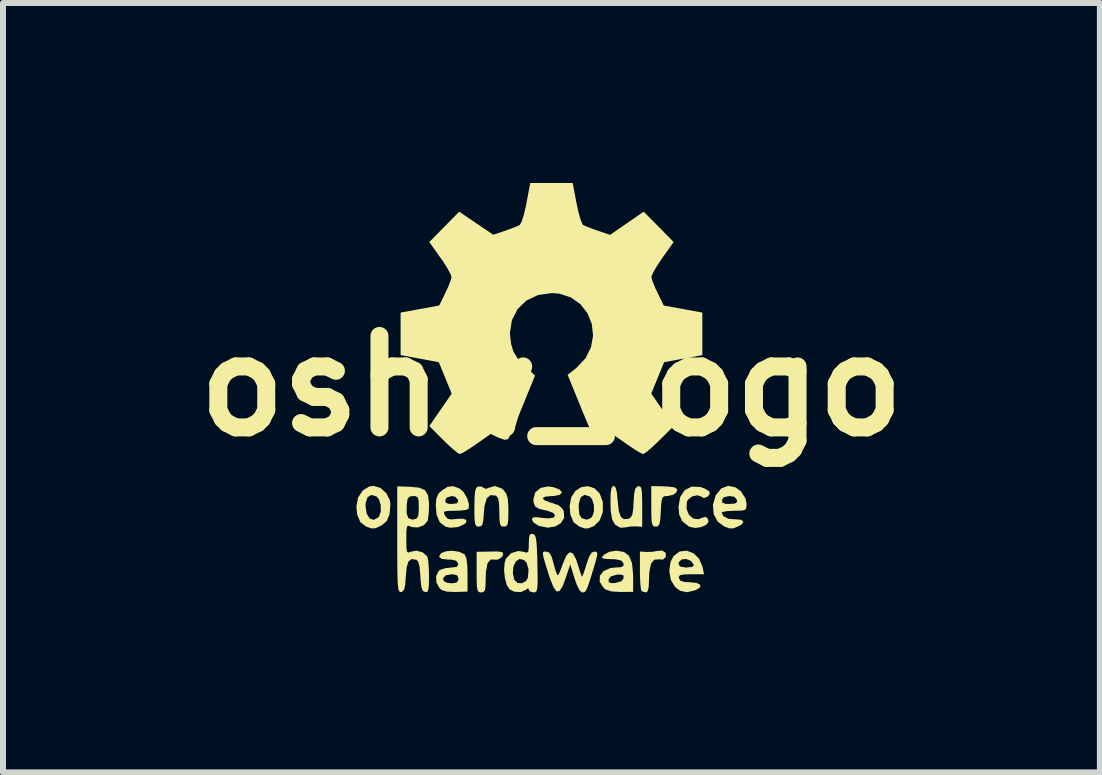
<source format=kicad_pcb>
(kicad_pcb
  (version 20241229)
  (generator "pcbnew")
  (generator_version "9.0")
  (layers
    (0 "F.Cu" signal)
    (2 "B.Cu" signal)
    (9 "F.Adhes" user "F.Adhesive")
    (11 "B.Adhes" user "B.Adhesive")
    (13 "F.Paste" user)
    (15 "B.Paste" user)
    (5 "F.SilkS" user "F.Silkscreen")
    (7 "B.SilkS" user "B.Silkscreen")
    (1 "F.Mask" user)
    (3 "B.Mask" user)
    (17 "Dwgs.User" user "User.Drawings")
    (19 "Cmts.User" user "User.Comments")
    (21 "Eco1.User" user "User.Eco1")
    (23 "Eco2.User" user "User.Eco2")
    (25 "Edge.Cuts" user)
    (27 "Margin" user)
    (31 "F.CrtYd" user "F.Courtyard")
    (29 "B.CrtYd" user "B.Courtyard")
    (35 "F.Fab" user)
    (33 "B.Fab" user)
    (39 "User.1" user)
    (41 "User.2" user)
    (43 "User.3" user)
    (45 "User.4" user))
  (footprint "oshw_logo"
    (layer "F.Cu")
    (at 6.14 3.383)
    (property "Reference" "oshw_logo" (at 0 0 0) (layer "F.SilkS") (effects (font (size 1.524 1.524) (thickness 0.3))))
    (attr board_only exclude_from_pos_files exclude_from_bom)
    (fp_poly (pts (xy 1.904 2.78) (xy 1.906 2.847) (xy 1.859 2.892) (xy 1.795 2.888) (xy 1.713 2.894) (xy 1.659 2.961) (xy 1.631 3.095) (xy 1.625 3.229) (xy 1.619 3.361) (xy 1.598 3.427) (xy 1.575 3.44) (xy 1.511 3.423) (xy 1.499 3.414) (xy 1.488 3.367) (xy 1.479 3.264) (xy 1.474 3.124) (xy 1.474 3.074) (xy 1.474 2.758) (xy 1.578 2.765) (xy 1.686 2.762) (xy 1.758 2.748) (xy 1.847 2.742)) (stroke (width 0) (type solid)) (fill yes) (layer "F.SilkS"))
    (fp_poly (pts (xy -0.815 2.769) (xy -0.805 2.812) (xy -0.832 2.855) (xy -0.896 2.894) (xy -0.937 2.893) (xy -1.015 2.891) (xy -1.066 2.956) (xy -1.092 3.091) (xy -1.096 3.199) (xy -1.099 3.33) (xy -1.109 3.403) (xy -1.134 3.434) (xy -1.172 3.44) (xy -1.208 3.434) (xy -1.23 3.407) (xy -1.242 3.345) (xy -1.247 3.233) (xy -1.247 3.101) (xy -1.247 2.762) (xy -1.106 2.76) (xy -0.991 2.758) (xy -0.901 2.757) (xy -0.893 2.757)) (stroke (width 0) (type solid)) (fill yes) (layer "F.SilkS"))
    (fp_poly (pts (xy 1.824 1.67) (xy 1.941 1.675) (xy 2.034 1.686) (xy 2.051 1.689) (xy 2.096 1.721) (xy 2.085 1.767) (xy 2.032 1.81) (xy 1.95 1.831) (xy 1.941 1.832) (xy 1.884 1.836) (xy 1.851 1.857) (xy 1.834 1.913) (xy 1.825 2.019) (xy 1.822 2.088) (xy 1.813 2.225) (xy 1.799 2.302) (xy 1.774 2.336) (xy 1.737 2.343) (xy 1.702 2.337) (xy 1.68 2.309) (xy 1.668 2.245) (xy 1.664 2.13) (xy 1.663 2.005) (xy 1.663 1.667)) (stroke (width 0) (type solid)) (fill yes) (layer "F.SilkS"))
    (fp_poly (pts (xy 2.479 1.682) (xy 2.55 1.707) (xy 2.629 1.754) (xy 2.638 1.8) (xy 2.596 1.847) (xy 2.537 1.868) (xy 2.504 1.846) (xy 2.432 1.82) (xy 2.344 1.84) (xy 2.274 1.895) (xy 2.256 1.931) (xy 2.251 2.049) (xy 2.292 2.147) (xy 2.363 2.209) (xy 2.45 2.219) (xy 2.496 2.2) (xy 2.563 2.178) (xy 2.605 2.208) (xy 2.618 2.264) (xy 2.575 2.315) (xy 2.495 2.351) (xy 2.399 2.365) (xy 2.307 2.348) (xy 2.287 2.339) (xy 2.181 2.255) (xy 2.128 2.141) (xy 2.117 2.013) (xy 2.145 1.85) (xy 2.221 1.735) (xy 2.336 1.676)) (stroke (width 0) (type solid)) (fill yes) (layer "F.SilkS"))
    (fp_poly (pts (xy 1.068 1.689) (xy 1.09 1.773) (xy 1.103 1.909) (xy 1.121 2.076) (xy 1.154 2.177) (xy 1.206 2.219) (xy 1.28 2.213) (xy 1.322 2.189) (xy 1.348 2.139) (xy 1.362 2.045) (xy 1.368 1.936) (xy 1.378 1.795) (xy 1.395 1.715) (xy 1.425 1.678) (xy 1.446 1.67) (xy 1.477 1.672) (xy 1.497 1.7) (xy 1.507 1.767) (xy 1.511 1.889) (xy 1.512 2.001) (xy 1.512 2.345) (xy 1.408 2.339) (xy 1.309 2.342) (xy 1.247 2.354) (xy 1.161 2.361) (xy 1.134 2.355) (xy 1.058 2.308) (xy 1.011 2.223) (xy 0.988 2.088) (xy 0.983 1.939) (xy 0.986 1.789) (xy 0.999 1.702) (xy 1.023 1.666) (xy 1.035 1.663)) (stroke (width 0) (type solid)) (fill yes) (layer "F.SilkS"))
    (fp_poly (pts (xy -2.851 1.697) (xy -2.753 1.785) (xy -2.693 1.904) (xy -2.684 1.973) (xy -2.699 2.139) (xy -2.745 2.25) (xy -2.831 2.322) (xy -2.838 2.326) (xy -2.928 2.368) (xy -2.993 2.374) (xy -3.075 2.348) (xy -3.087 2.343) (xy -3.186 2.268) (xy -3.239 2.138) (xy -3.251 2.004) (xy -3.249 1.995) (xy -3.099 1.995) (xy -3.081 2.123) (xy -3.032 2.205) (xy -2.965 2.231) (xy -2.89 2.193) (xy -2.875 2.176) (xy -2.844 2.092) (xy -2.846 1.983) (xy -2.877 1.885) (xy -2.915 1.84) (xy -3.004 1.814) (xy -3.067 1.855) (xy -3.098 1.957) (xy -3.099 1.995) (xy -3.249 1.995) (xy -3.222 1.857) (xy -3.145 1.741) (xy -3.036 1.674) (xy -2.967 1.663)) (stroke (width 0) (type solid)) (fill yes) (layer "F.SilkS"))
    (fp_poly (pts (xy 0.716 1.704) (xy 0.803 1.79) (xy 0.855 1.929) (xy 0.856 1.937) (xy 0.856 2.099) (xy 0.805 2.237) (xy 0.713 2.329) (xy 0.695 2.339) (xy 0.611 2.372) (xy 0.549 2.372) (xy 0.465 2.343) (xy 0.367 2.268) (xy 0.314 2.138) (xy 0.304 2.018) (xy 0.454 2.018) (xy 0.464 2.139) (xy 0.503 2.203) (xy 0.582 2.226) (xy 0.591 2.227) (xy 0.649 2.204) (xy 0.678 2.176) (xy 0.709 2.092) (xy 0.707 1.983) (xy 0.676 1.885) (xy 0.638 1.84) (xy 0.55 1.813) (xy 0.488 1.853) (xy 0.456 1.958) (xy 0.454 2.018) (xy 0.304 2.018) (xy 0.302 2.004) (xy 0.329 1.853) (xy 0.4 1.746) (xy 0.499 1.684) (xy 0.609 1.669)) (stroke (width 0) (type solid)) (fill yes) (layer "F.SilkS"))
    (fp_poly (pts (xy 0.031 1.685) (xy 0.139 1.727) (xy 0.174 1.774) (xy 0.139 1.813) (xy 0.036 1.833) (xy 0.01 1.833) (xy -0.104 1.843) (xy -0.147 1.87) (xy -0.116 1.905) (xy -0.014 1.943) (xy 0.007 1.948) (xy 0.122 1.988) (xy 0.186 2.047) (xy 0.206 2.091) (xy 0.211 2.198) (xy 0.158 2.284) (xy 0.061 2.341) (xy -0.064 2.36) (xy -0.202 2.332) (xy -0.221 2.324) (xy -0.299 2.274) (xy -0.328 2.222) (xy -0.306 2.188) (xy -0.242 2.186) (xy -0.151 2.198) (xy -0.057 2.205) (xy 0.032 2.194) (xy 0.06 2.159) (xy 0.03 2.115) (xy -0.057 2.081) (xy -0.077 2.077) (xy -0.205 2.048) (xy -0.274 2.004) (xy -0.3 1.932) (xy -0.302 1.889) (xy -0.271 1.773) (xy -0.184 1.699) (xy -0.058 1.673)) (stroke (width 0) (type solid)) (fill yes) (layer "F.SilkS"))
    (fp_poly (pts (xy -0.832 1.706) (xy -0.794 1.739) (xy -0.752 1.796) (xy -0.728 1.877) (xy -0.719 2.002) (xy -0.718 2.079) (xy -0.72 2.218) (xy -0.729 2.298) (xy -0.75 2.334) (xy -0.788 2.343) (xy -0.794 2.343) (xy -0.835 2.336) (xy -0.857 2.302) (xy -0.867 2.225) (xy -0.869 2.097) (xy -0.874 1.955) (xy -0.889 1.872) (xy -0.919 1.832) (xy -0.931 1.826) (xy -1.019 1.818) (xy -1.081 1.876) (xy -1.116 2.002) (xy -1.126 2.111) (xy -1.136 2.24) (xy -1.152 2.311) (xy -1.181 2.339) (xy -1.211 2.343) (xy -1.247 2.337) (xy -1.269 2.308) (xy -1.28 2.242) (xy -1.285 2.124) (xy -1.285 2.021) (xy -1.282 1.857) (xy -1.273 1.755) (xy -1.254 1.699) (xy -1.225 1.675) (xy -1.16 1.676) (xy -1.139 1.693) (xy -1.09 1.714) (xy -1.057 1.699) (xy -0.943 1.666)) (stroke (width 0) (type solid)) (fill yes) (layer "F.SilkS"))
    (fp_poly (pts (xy 1.208 2.765) (xy 1.293 2.831) (xy 1.342 2.952) (xy 1.36 3.135) (xy 1.361 3.174) (xy 1.361 3.43) (xy 1.15 3.432) (xy 1.006 3.424) (xy 0.913 3.396) (xy 0.866 3.361) (xy 0.803 3.26) (xy 0.805 3.225) (xy 0.951 3.225) (xy 0.955 3.271) (xy 1.003 3.285) (xy 1.064 3.282) (xy 1.166 3.253) (xy 1.203 3.201) (xy 1.199 3.155) (xy 1.152 3.141) (xy 1.09 3.144) (xy 0.988 3.172) (xy 0.951 3.225) (xy 0.805 3.225) (xy 0.807 3.162) (xy 0.87 3.082) (xy 0.983 3.033) (xy 1.074 3.024) (xy 1.167 3.017) (xy 1.202 2.991) (xy 1.202 2.958) (xy 1.163 2.907) (xy 1.064 2.887) (xy 1.057 2.887) (xy 0.925 2.882) (xy 0.857 2.874) (xy 0.839 2.858) (xy 0.859 2.829) (xy 0.88 2.808) (xy 0.965 2.762) (xy 1.082 2.744)) (stroke (width 0) (type solid)) (fill yes) (layer "F.SilkS"))
    (fp_poly (pts (xy 2.366 2.786) (xy 2.459 2.876) (xy 2.516 3.009) (xy 2.517 3.014) (xy 2.542 3.137) (xy 2.327 3.137) (xy 2.204 3.14) (xy 2.141 3.153) (xy 2.122 3.181) (xy 2.124 3.203) (xy 2.152 3.247) (xy 2.225 3.267) (xy 2.303 3.269) (xy 2.42 3.282) (xy 2.48 3.313) (xy 2.477 3.355) (xy 2.406 3.4) (xy 2.401 3.402) (xy 2.258 3.436) (xy 2.145 3.413) (xy 2.058 3.347) (xy 1.988 3.229) (xy 1.963 3.08) (xy 1.979 2.966) (xy 2.117 2.966) (xy 2.143 3.008) (xy 2.23 3.023) (xy 2.252 3.024) (xy 2.347 3.013) (xy 2.374 2.982) (xy 2.373 2.979) (xy 2.323 2.913) (xy 2.248 2.883) (xy 2.173 2.888) (xy 2.124 2.932) (xy 2.117 2.966) (xy 1.979 2.966) (xy 1.984 2.931) (xy 2.035 2.833) (xy 2.136 2.757) (xy 2.252 2.744)) (stroke (width 0) (type solid)) (fill yes) (layer "F.SilkS"))
    (fp_poly (pts (xy -1.536 2.763) (xy -1.446 2.807) (xy -1.418 2.87) (xy -1.402 3.001) (xy -1.399 3.135) (xy -1.399 3.426) (xy -1.602 3.432) (xy -1.741 3.427) (xy -1.828 3.4) (xy -1.866 3.369) (xy -1.918 3.272) (xy -1.921 3.2) (xy -1.806 3.2) (xy -1.795 3.251) (xy -1.744 3.278) (xy -1.661 3.288) (xy -1.579 3.276) (xy -1.551 3.23) (xy -1.55 3.213) (xy -1.568 3.157) (xy -1.635 3.138) (xy -1.661 3.137) (xy -1.761 3.154) (xy -1.806 3.2) (xy -1.921 3.2) (xy -1.922 3.167) (xy -1.881 3.083) (xy -1.855 3.063) (xy -1.763 3.034) (xy -1.663 3.024) (xy -1.58 3.014) (xy -1.555 2.98) (xy -1.557 2.958) (xy -1.588 2.912) (xy -1.668 2.893) (xy -1.721 2.892) (xy -1.827 2.881) (xy -1.869 2.849) (xy -1.871 2.837) (xy -1.838 2.784) (xy -1.756 2.753) (xy -1.648 2.745)) (stroke (width 0) (type solid)) (fill yes) (layer "F.SilkS"))
    (fp_poly (pts (xy 3.068 1.689) (xy 3.158 1.756) (xy 3.234 1.875) (xy 3.251 1.964) (xy 3.247 2.03) (xy 3.225 2.064) (xy 3.165 2.077) (xy 3.048 2.079) (xy 3.043 2.079) (xy 2.929 2.084) (xy 2.853 2.098) (xy 2.835 2.112) (xy 2.868 2.174) (xy 2.954 2.213) (xy 3.062 2.221) (xy 3.161 2.228) (xy 3.199 2.26) (xy 3.17 2.307) (xy 3.118 2.337) (xy 3.032 2.371) (xy 2.97 2.373) (xy 2.886 2.344) (xy 2.77 2.26) (xy 2.703 2.133) (xy 2.69 1.981) (xy 2.714 1.899) (xy 2.842 1.899) (xy 2.848 1.944) (xy 2.901 1.963) (xy 2.967 1.965) (xy 3.059 1.958) (xy 3.093 1.931) (xy 3.092 1.899) (xy 3.05 1.847) (xy 2.967 1.833) (xy 2.874 1.852) (xy 2.842 1.899) (xy 2.714 1.899) (xy 2.736 1.823) (xy 2.739 1.817) (xy 2.83 1.706) (xy 2.944 1.663)) (stroke (width 0) (type solid)) (fill yes) (layer "F.SilkS"))
    (fp_poly (pts (xy -1.533 1.707) (xy -1.465 1.766) (xy -1.409 1.861) (xy -1.376 1.963) (xy -1.38 2.042) (xy -1.383 2.047) (xy -1.429 2.065) (xy -1.526 2.076) (xy -1.61 2.079) (xy -1.727 2.081) (xy -1.784 2.091) (xy -1.793 2.116) (xy -1.774 2.159) (xy -1.733 2.21) (xy -1.67 2.224) (xy -1.586 2.215) (xy -1.477 2.21) (xy -1.419 2.231) (xy -1.422 2.273) (xy -1.446 2.298) (xy -1.556 2.35) (xy -1.687 2.361) (xy -1.765 2.344) (xy -1.86 2.272) (xy -1.913 2.149) (xy -1.928 1.99) (xy -1.921 1.899) (xy -1.769 1.899) (xy -1.762 1.946) (xy -1.702 1.964) (xy -1.663 1.965) (xy -1.58 1.956) (xy -1.555 1.921) (xy -1.557 1.899) (xy -1.602 1.845) (xy -1.663 1.833) (xy -1.745 1.858) (xy -1.769 1.899) (xy -1.921 1.899) (xy -1.918 1.87) (xy -1.881 1.791) (xy -1.828 1.741) (xy -1.729 1.678) (xy -1.64 1.669)) (stroke (width 0) (type solid)) (fill yes) (layer "F.SilkS"))
    (fp_poly (pts (xy -0.312 2.464) (xy -0.284 2.477) (xy -0.265 2.513) (xy -0.252 2.583) (xy -0.243 2.699) (xy -0.237 2.875) (xy -0.235 2.958) (xy -0.231 3.156) (xy -0.231 3.291) (xy -0.237 3.374) (xy -0.25 3.419) (xy -0.272 3.437) (xy -0.301 3.44) (xy -0.363 3.421) (xy -0.378 3.394) (xy -0.389 3.368) (xy -0.423 3.394) (xy -0.512 3.435) (xy -0.623 3.426) (xy -0.697 3.389) (xy -0.745 3.316) (xy -0.777 3.197) (xy -0.784 3.123) (xy -0.643 3.123) (xy -0.62 3.229) (xy -0.567 3.282) (xy -0.491 3.287) (xy -0.422 3.248) (xy -0.394 3.198) (xy -0.382 3.057) (xy -0.414 2.945) (xy -0.46 2.898) (xy -0.535 2.882) (xy -0.596 2.926) (xy -0.635 3.012) (xy -0.643 3.123) (xy -0.784 3.123) (xy -0.79 3.061) (xy -0.779 2.937) (xy -0.758 2.876) (xy -0.671 2.784) (xy -0.552 2.749) (xy -0.463 2.763) (xy -0.411 2.777) (xy -0.386 2.756) (xy -0.378 2.684) (xy -0.378 2.623) (xy -0.373 2.517) (xy -0.355 2.47) (xy -0.315 2.463)) (stroke (width 0) (type solid)) (fill yes) (layer "F.SilkS"))
    (fp_poly (pts (xy 0.749 2.763) (xy 0.764 2.785) (xy 0.758 2.839) (xy 0.732 2.939) (xy 0.692 3.071) (xy 0.641 3.237) (xy 0.605 3.344) (xy 0.578 3.404) (xy 0.554 3.432) (xy 0.526 3.439) (xy 0.509 3.44) (xy 0.468 3.405) (xy 0.42 3.308) (xy 0.385 3.206) (xy 0.313 2.973) (xy 0.238 3.197) (xy 0.183 3.342) (xy 0.132 3.417) (xy 0.084 3.422) (xy 0.034 3.353) (xy -0.023 3.212) (xy -0.052 3.124) (xy -0.103 2.959) (xy -0.133 2.853) (xy -0.144 2.793) (xy -0.136 2.766) (xy -0.111 2.759) (xy -0.082 2.759) (xy -0.035 2.779) (xy 0.003 2.846) (xy 0.038 2.967) (xy 0.068 3.076) (xy 0.095 3.142) (xy 0.11 3.154) (xy 0.134 3.108) (xy 0.171 3.015) (xy 0.192 2.955) (xy 0.249 2.824) (xy 0.304 2.769) (xy 0.357 2.789) (xy 0.409 2.885) (xy 0.436 2.965) (xy 0.471 3.078) (xy 0.498 3.154) (xy 0.51 3.175) (xy 0.527 3.142) (xy 0.557 3.056) (xy 0.584 2.967) (xy 0.628 2.841) (xy 0.67 2.776) (xy 0.716 2.759)) (stroke (width 0) (type solid)) (fill yes) (layer "F.SilkS"))
    (fp_poly (pts (xy -2.367 1.678) (xy -2.208 1.693) (xy -2.109 1.735) (xy -2.058 1.817) (xy -2.041 1.952) (xy -2.041 1.986) (xy -2.045 2.112) (xy -2.057 2.214) (xy -2.065 2.249) (xy -2.128 2.32) (xy -2.227 2.357) (xy -2.329 2.35) (xy -2.346 2.342) (xy -2.385 2.326) (xy -2.407 2.342) (xy -2.417 2.402) (xy -2.419 2.52) (xy -2.419 2.551) (xy -2.418 2.683) (xy -2.41 2.753) (xy -2.39 2.776) (xy -2.355 2.765) (xy -2.346 2.761) (xy -2.248 2.743) (xy -2.145 2.773) (xy -2.072 2.839) (xy -2.065 2.854) (xy -2.053 2.922) (xy -2.044 3.04) (xy -2.041 3.181) (xy -2.043 3.32) (xy -2.053 3.398) (xy -2.073 3.431) (xy -2.107 3.433) (xy -2.144 3.411) (xy -2.167 3.355) (xy -2.18 3.247) (xy -2.184 3.169) (xy -2.198 3.014) (xy -2.222 2.925) (xy -2.251 2.896) (xy -2.33 2.883) (xy -2.382 2.921) (xy -2.413 3.018) (xy -2.427 3.169) (xy -2.437 3.308) (xy -2.454 3.389) (xy -2.483 3.425) (xy -2.504 3.433) (xy -2.525 3.432) (xy -2.541 3.415) (xy -2.553 3.374) (xy -2.561 3.299) (xy -2.566 3.181) (xy -2.569 3.012) (xy -2.57 2.784) (xy -2.57 2.558) (xy -2.57 2.12) (xy -2.414 2.12) (xy -2.387 2.199) (xy -2.327 2.225) (xy -2.296 2.223) (xy -2.245 2.207) (xy -2.22 2.164) (xy -2.212 2.074) (xy -2.211 2.022) (xy -2.214 1.91) (xy -2.23 1.854) (xy -2.268 1.835) (xy -2.306 1.833) (xy -2.369 1.843) (xy -2.399 1.888) (xy -2.412 1.979) (xy -2.414 2.12) (xy -2.57 2.12) (xy -2.57 1.672)) (stroke (width 0) (type solid)) (fill yes) (layer "F.SilkS"))
    (fp_poly (pts (xy 0.417 -3.049) (xy 0.45 -2.897) (xy 0.485 -2.773) (xy 0.516 -2.698) (xy 0.527 -2.685) (xy 0.588 -2.657) (xy 0.693 -2.616) (xy 0.776 -2.587) (xy 0.977 -2.519) (xy 1.537 -2.906) (xy 1.787 -2.653) (xy 2.036 -2.4) (xy 1.85 -2.138) (xy 1.764 -2.011) (xy 1.7 -1.902) (xy 1.667 -1.83) (xy 1.665 -1.817) (xy 1.682 -1.753) (xy 1.724 -1.647) (xy 1.769 -1.55) (xy 1.871 -1.342) (xy 2.192 -1.283) (xy 2.514 -1.224) (xy 2.514 -0.515) (xy 1.877 -0.397) (xy 1.77 -0.135) (xy 1.663 0.126) (xy 2.037 0.668) (xy 1.802 0.901) (xy 1.692 1.006) (xy 1.6 1.086) (xy 1.54 1.13) (xy 1.528 1.134) (xy 1.48 1.113) (xy 1.389 1.059) (xy 1.274 0.982) (xy 1.251 0.966) (xy 1.013 0.799) (xy 0.884 0.86) (xy 0.784 0.895) (xy 0.725 0.888) (xy 0.724 0.886) (xy 0.699 0.84) (xy 0.652 0.737) (xy 0.588 0.591) (xy 0.514 0.414) (xy 0.481 0.332) (xy 0.269 -0.186) (xy 0.414 -0.301) (xy 0.567 -0.463) (xy 0.659 -0.647) (xy 0.693 -0.841) (xy 0.672 -1.033) (xy 0.602 -1.21) (xy 0.484 -1.362) (xy 0.325 -1.476) (xy 0.126 -1.54) (xy 0.008 -1.549) (xy -0.224 -1.517) (xy -0.417 -1.425) (xy -0.565 -1.282) (xy -0.659 -1.098) (xy -0.693 -0.883) (xy -0.674 -0.706) (xy -0.635 -0.576) (xy -0.569 -0.467) (xy -0.458 -0.349) (xy -0.454 -0.345) (xy -0.274 -0.174) (xy -0.483 0.338) (xy -0.559 0.522) (xy -0.628 0.682) (xy -0.682 0.804) (xy -0.717 0.875) (xy -0.724 0.886) (xy -0.779 0.896) (xy -0.878 0.863) (xy -0.884 0.86) (xy -1.013 0.799) (xy -1.251 0.966) (xy -1.369 1.046) (xy -1.467 1.106) (xy -1.524 1.133) (xy -1.529 1.134) (xy -1.572 1.109) (xy -1.653 1.042) (xy -1.758 0.945) (xy -1.803 0.9) (xy -2.036 0.667) (xy -1.849 0.397) (xy -1.663 0.126) (xy -1.77 -0.135) (xy -1.877 -0.397) (xy -2.514 -0.515) (xy -2.514 -1.224) (xy -2.192 -1.283) (xy -1.871 -1.342) (xy -1.769 -1.55) (xy -1.714 -1.67) (xy -1.677 -1.77) (xy -1.665 -1.817) (xy -1.685 -1.873) (xy -1.74 -1.972) (xy -1.819 -2.095) (xy -1.85 -2.138) (xy -2.036 -2.4) (xy -1.538 -2.905) (xy -1.254 -2.713) (xy -0.97 -2.521) (xy -0.772 -2.588) (xy -0.653 -2.631) (xy -0.56 -2.669) (xy -0.527 -2.685) (xy -0.5 -2.733) (xy -0.465 -2.837) (xy -0.431 -2.979) (xy -0.417 -3.049) (xy -0.354 -3.383) (xy 0.354 -3.383)) (stroke (width 0) (type solid)) (fill yes) (layer "F.SilkS")))
  (gr_rect
    (start -3 -3)
    (end 15.279 9.822)
    (stroke (width 0.1) (type default))
    (fill no)
    (layer "Edge.Cuts")))
</source>
